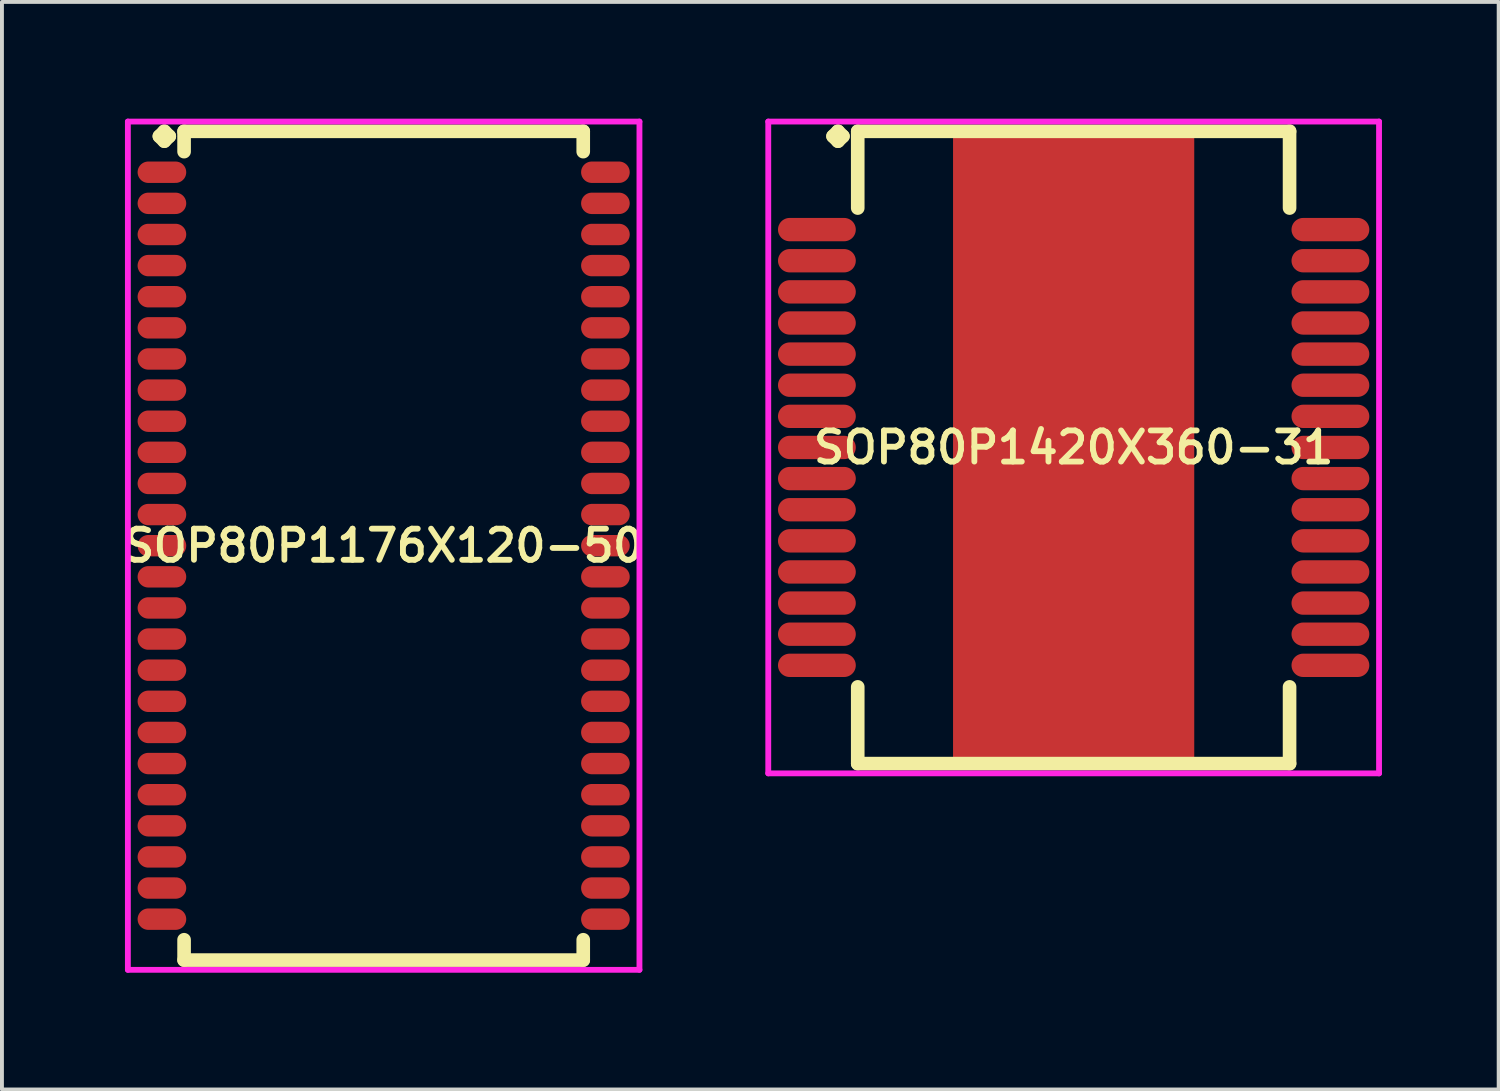
<source format=kicad_pcb>
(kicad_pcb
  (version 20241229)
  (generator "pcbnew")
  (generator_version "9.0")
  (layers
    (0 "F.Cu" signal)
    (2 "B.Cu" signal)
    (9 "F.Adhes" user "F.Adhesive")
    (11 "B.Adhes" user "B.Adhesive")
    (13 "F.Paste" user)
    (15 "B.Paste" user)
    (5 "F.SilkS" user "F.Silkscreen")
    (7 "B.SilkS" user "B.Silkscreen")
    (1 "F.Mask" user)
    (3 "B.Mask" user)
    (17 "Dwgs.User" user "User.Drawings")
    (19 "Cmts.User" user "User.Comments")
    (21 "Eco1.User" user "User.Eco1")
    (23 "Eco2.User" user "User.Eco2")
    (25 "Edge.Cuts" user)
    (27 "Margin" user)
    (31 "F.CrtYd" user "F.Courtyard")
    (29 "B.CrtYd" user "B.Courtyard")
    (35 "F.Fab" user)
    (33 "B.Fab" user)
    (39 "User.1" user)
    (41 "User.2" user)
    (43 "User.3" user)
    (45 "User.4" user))
  (footprint "SOP80P1176X120-50"
    (layer "F.Cu")
    (at 6.812 10.977)
    (property "Reference" "SOP80P1176X120-50" (at 0 0 0) (layer "F.SilkS") (effects (font (size 0.8 0.8) (thickness 0.15))))
    (attr smd)
    (fp_line (start -5.765 -10.525) (end -5.638 -10.652) (stroke (width 0.35) (type solid)) (layer "F.SilkS"))
    (fp_line (start -5.638 -10.652) (end -5.511 -10.525) (stroke (width 0.35) (type solid)) (layer "F.SilkS"))
    (fp_line (start -5.638 -10.398) (end -5.765 -10.525) (stroke (width 0.35) (type solid)) (layer "F.SilkS"))
    (fp_line (start -5.511 -10.525) (end -5.638 -10.398) (stroke (width 0.35) (type solid)) (layer "F.SilkS"))
    (fp_line (start -5.13 -10.652) (end 5.13 -10.652) (stroke (width 0.35) (type solid)) (layer "F.SilkS"))
    (fp_line (start -5.13 -10.129) (end -5.13 -10.652) (stroke (width 0.35) (type solid)) (layer "F.SilkS"))
    (fp_line (start -5.13 10.129) (end -5.13 10.652) (stroke (width 0.35) (type solid)) (layer "F.SilkS"))
    (fp_line (start -5.13 10.652) (end 5.13 10.652) (stroke (width 0.35) (type solid)) (layer "F.SilkS"))
    (fp_line (start 5.13 -10.652) (end 5.13 -10.129) (stroke (width 0.35) (type solid)) (layer "F.SilkS"))
    (fp_line (start 5.13 10.652) (end 5.13 10.129) (stroke (width 0.35) (type solid)) (layer "F.SilkS"))
    (fp_line (start -6.575 -10.902) (end 6.575 -10.902) (stroke (width 0.15) (type solid)) (layer "F.CrtYd"))
    (fp_line (start -6.575 10.902) (end -6.575 -10.902) (stroke (width 0.15) (type solid)) (layer "F.CrtYd"))
    (fp_line (start 6.575 -10.902) (end 6.575 10.902) (stroke (width 0.15) (type solid)) (layer "F.CrtYd"))
    (fp_line (start 6.575 10.902) (end -6.575 10.902) (stroke (width 0.15) (type solid)) (layer "F.CrtYd"))
    (pad "1" smd oval (at -5.7 -9.6) (size 1.25 0.55) (layers "F.Cu" "F.Mask" "F.Paste"))
    (pad "2" smd oval (at -5.7 -8.8) (size 1.25 0.55) (layers "F.Cu" "F.Mask" "F.Paste"))
    (pad "3" smd oval (at -5.7 -8) (size 1.25 0.55) (layers "F.Cu" "F.Mask" "F.Paste"))
    (pad "4" smd oval (at -5.7 -7.2) (size 1.25 0.55) (layers "F.Cu" "F.Mask" "F.Paste"))
    (pad "5" smd oval (at -5.7 -6.4) (size 1.25 0.55) (layers "F.Cu" "F.Mask" "F.Paste"))
    (pad "6" smd oval (at -5.7 -5.6) (size 1.25 0.55) (layers "F.Cu" "F.Mask" "F.Paste"))
    (pad "7" smd oval (at -5.7 -4.8) (size 1.25 0.55) (layers "F.Cu" "F.Mask" "F.Paste"))
    (pad "8" smd oval (at -5.7 -4) (size 1.25 0.55) (layers "F.Cu" "F.Mask" "F.Paste"))
    (pad "9" smd oval (at -5.7 -3.2) (size 1.25 0.55) (layers "F.Cu" "F.Mask" "F.Paste"))
    (pad "10" smd oval (at -5.7 -2.4) (size 1.25 0.55) (layers "F.Cu" "F.Mask" "F.Paste"))
    (pad "11" smd oval (at -5.7 -1.6) (size 1.25 0.55) (layers "F.Cu" "F.Mask" "F.Paste"))
    (pad "12" smd oval (at -5.7 -0.8) (size 1.25 0.55) (layers "F.Cu" "F.Mask" "F.Paste"))
    (pad "13" smd oval (at -5.7 0) (size 1.25 0.55) (layers "F.Cu" "F.Mask" "F.Paste"))
    (pad "14" smd oval (at -5.7 0.8) (size 1.25 0.55) (layers "F.Cu" "F.Mask" "F.Paste"))
    (pad "15" smd oval (at -5.7 1.6) (size 1.25 0.55) (layers "F.Cu" "F.Mask" "F.Paste"))
    (pad "16" smd oval (at -5.7 2.4) (size 1.25 0.55) (layers "F.Cu" "F.Mask" "F.Paste"))
    (pad "17" smd oval (at -5.7 3.2) (size 1.25 0.55) (layers "F.Cu" "F.Mask" "F.Paste"))
    (pad "18" smd oval (at -5.7 4) (size 1.25 0.55) (layers "F.Cu" "F.Mask" "F.Paste"))
    (pad "19" smd oval (at -5.7 4.8) (size 1.25 0.55) (layers "F.Cu" "F.Mask" "F.Paste"))
    (pad "20" smd oval (at -5.7 5.6) (size 1.25 0.55) (layers "F.Cu" "F.Mask" "F.Paste"))
    (pad "21" smd oval (at -5.7 6.4) (size 1.25 0.55) (layers "F.Cu" "F.Mask" "F.Paste"))
    (pad "22" smd oval (at -5.7 7.2) (size 1.25 0.55) (layers "F.Cu" "F.Mask" "F.Paste"))
    (pad "23" smd oval (at -5.7 8) (size 1.25 0.55) (layers "F.Cu" "F.Mask" "F.Paste"))
    (pad "24" smd oval (at -5.7 8.8) (size 1.25 0.55) (layers "F.Cu" "F.Mask" "F.Paste"))
    (pad "25" smd oval (at -5.7 9.6) (size 1.25 0.55) (layers "F.Cu" "F.Mask" "F.Paste"))
    (pad "26" smd oval (at 5.7 9.6) (size 1.25 0.55) (layers "F.Cu" "F.Mask" "F.Paste"))
    (pad "27" smd oval (at 5.7 8.8) (size 1.25 0.55) (layers "F.Cu" "F.Mask" "F.Paste"))
    (pad "28" smd oval (at 5.7 8) (size 1.25 0.55) (layers "F.Cu" "F.Mask" "F.Paste"))
    (pad "29" smd oval (at 5.7 7.2) (size 1.25 0.55) (layers "F.Cu" "F.Mask" "F.Paste"))
    (pad "30" smd oval (at 5.7 6.4) (size 1.25 0.55) (layers "F.Cu" "F.Mask" "F.Paste"))
    (pad "31" smd oval (at 5.7 5.6) (size 1.25 0.55) (layers "F.Cu" "F.Mask" "F.Paste"))
    (pad "32" smd oval (at 5.7 4.8) (size 1.25 0.55) (layers "F.Cu" "F.Mask" "F.Paste"))
    (pad "33" smd oval (at 5.7 4) (size 1.25 0.55) (layers "F.Cu" "F.Mask" "F.Paste"))
    (pad "34" smd oval (at 5.7 3.2) (size 1.25 0.55) (layers "F.Cu" "F.Mask" "F.Paste"))
    (pad "35" smd oval (at 5.7 2.4) (size 1.25 0.55) (layers "F.Cu" "F.Mask" "F.Paste"))
    (pad "36" smd oval (at 5.7 1.6) (size 1.25 0.55) (layers "F.Cu" "F.Mask" "F.Paste"))
    (pad "37" smd oval (at 5.7 0.8) (size 1.25 0.55) (layers "F.Cu" "F.Mask" "F.Paste"))
    (pad "38" smd oval (at 5.7 0) (size 1.25 0.55) (layers "F.Cu" "F.Mask" "F.Paste"))
    (pad "39" smd oval (at 5.7 -0.8) (size 1.25 0.55) (layers "F.Cu" "F.Mask" "F.Paste"))
    (pad "40" smd oval (at 5.7 -1.6) (size 1.25 0.55) (layers "F.Cu" "F.Mask" "F.Paste"))
    (pad "41" smd oval (at 5.7 -2.4) (size 1.25 0.55) (layers "F.Cu" "F.Mask" "F.Paste"))
    (pad "42" smd oval (at 5.7 -3.2) (size 1.25 0.55) (layers "F.Cu" "F.Mask" "F.Paste"))
    (pad "43" smd oval (at 5.7 -4) (size 1.25 0.55) (layers "F.Cu" "F.Mask" "F.Paste"))
    (pad "44" smd oval (at 5.7 -4.8) (size 1.25 0.55) (layers "F.Cu" "F.Mask" "F.Paste"))
    (pad "45" smd oval (at 5.7 -5.6) (size 1.25 0.55) (layers "F.Cu" "F.Mask" "F.Paste"))
    (pad "46" smd oval (at 5.7 -6.4) (size 1.25 0.55) (layers "F.Cu" "F.Mask" "F.Paste"))
    (pad "47" smd oval (at 5.7 -7.2) (size 1.25 0.55) (layers "F.Cu" "F.Mask" "F.Paste"))
    (pad "48" smd oval (at 5.7 -8) (size 1.25 0.55) (layers "F.Cu" "F.Mask" "F.Paste"))
    (pad "49" smd oval (at 5.7 -8.8) (size 1.25 0.55) (layers "F.Cu" "F.Mask" "F.Paste"))
    (pad "50" smd oval (at 5.7 -9.6) (size 1.25 0.55) (layers "F.Cu" "F.Mask" "F.Paste")))
  (footprint "SOP80P1420X360-31"
    (layer "F.Cu")
    (at 24.548 8.452)
    (property "Reference" "SOP80P1420X360-31" (at 0 0 0) (layer "F.SilkS") (effects (font (size 0.8 0.8) (thickness 0.15))))
    (attr smd)
    (fp_line (start -6.185 -8) (end -6.058 -8.127) (stroke (width 0.35) (type solid)) (layer "F.SilkS"))
    (fp_line (start -6.058 -8.127) (end -5.931 -8) (stroke (width 0.35) (type solid)) (layer "F.SilkS"))
    (fp_line (start -6.058 -7.873) (end -6.185 -8) (stroke (width 0.35) (type solid)) (layer "F.SilkS"))
    (fp_line (start -5.931 -8) (end -6.058 -7.873) (stroke (width 0.35) (type solid)) (layer "F.SilkS"))
    (fp_line (start -5.55 -8.127) (end 5.55 -8.127) (stroke (width 0.35) (type solid)) (layer "F.SilkS"))
    (fp_line (start -5.55 -6.154) (end -5.55 -8.127) (stroke (width 0.35) (type solid)) (layer "F.SilkS"))
    (fp_line (start -5.55 6.154) (end -5.55 8.127) (stroke (width 0.35) (type solid)) (layer "F.SilkS"))
    (fp_line (start -5.55 8.127) (end 5.55 8.127) (stroke (width 0.35) (type solid)) (layer "F.SilkS"))
    (fp_line (start 5.55 -8.127) (end 5.55 -6.154) (stroke (width 0.35) (type solid)) (layer "F.SilkS"))
    (fp_line (start 5.55 8.127) (end 5.55 6.154) (stroke (width 0.35) (type solid)) (layer "F.SilkS"))
    (fp_line (start -7.85 -8.377) (end 7.85 -8.377) (stroke (width 0.15) (type solid)) (layer "F.CrtYd"))
    (fp_line (start -7.85 8.377) (end -7.85 -8.377) (stroke (width 0.15) (type solid)) (layer "F.CrtYd"))
    (fp_line (start 7.85 -8.377) (end 7.85 8.377) (stroke (width 0.15) (type solid)) (layer "F.CrtYd"))
    (fp_line (start 7.85 8.377) (end -7.85 8.377) (stroke (width 0.15) (type solid)) (layer "F.CrtYd"))
    (pad "1" smd oval (at -6.6 -5.6) (size 2 0.6) (layers "F.Cu" "F.Mask" "F.Paste"))
    (pad "2" smd oval (at -6.6 -4.8) (size 2 0.6) (layers "F.Cu" "F.Mask" "F.Paste"))
    (pad "3" smd oval (at -6.6 -4) (size 2 0.6) (layers "F.Cu" "F.Mask" "F.Paste"))
    (pad "4" smd oval (at -6.6 -3.2) (size 2 0.6) (layers "F.Cu" "F.Mask" "F.Paste"))
    (pad "5" smd oval (at -6.6 -2.4) (size 2 0.6) (layers "F.Cu" "F.Mask" "F.Paste"))
    (pad "6" smd oval (at -6.6 -1.6) (size 2 0.6) (layers "F.Cu" "F.Mask" "F.Paste"))
    (pad "7" smd oval (at -6.6 -0.8) (size 2 0.6) (layers "F.Cu" "F.Mask" "F.Paste"))
    (pad "8" smd oval (at -6.6 0) (size 2 0.6) (layers "F.Cu" "F.Mask" "F.Paste"))
    (pad "9" smd oval (at -6.6 0.8) (size 2 0.6) (layers "F.Cu" "F.Mask" "F.Paste"))
    (pad "10" smd oval (at -6.6 1.6) (size 2 0.6) (layers "F.Cu" "F.Mask" "F.Paste"))
    (pad "11" smd oval (at -6.6 2.4) (size 2 0.6) (layers "F.Cu" "F.Mask" "F.Paste"))
    (pad "12" smd oval (at -6.6 3.2) (size 2 0.6) (layers "F.Cu" "F.Mask" "F.Paste"))
    (pad "13" smd oval (at -6.6 4) (size 2 0.6) (layers "F.Cu" "F.Mask" "F.Paste"))
    (pad "14" smd oval (at -6.6 4.8) (size 2 0.6) (layers "F.Cu" "F.Mask" "F.Paste"))
    (pad "15" smd oval (at -6.6 5.6) (size 2 0.6) (layers "F.Cu" "F.Mask" "F.Paste"))
    (pad "16" smd oval (at 6.6 5.6) (size 2 0.6) (layers "F.Cu" "F.Mask" "F.Paste"))
    (pad "17" smd oval (at 6.6 4.8) (size 2 0.6) (layers "F.Cu" "F.Mask" "F.Paste"))
    (pad "18" smd oval (at 6.6 4) (size 2 0.6) (layers "F.Cu" "F.Mask" "F.Paste"))
    (pad "19" smd oval (at 6.6 3.2) (size 2 0.6) (layers "F.Cu" "F.Mask" "F.Paste"))
    (pad "20" smd oval (at 6.6 2.4) (size 2 0.6) (layers "F.Cu" "F.Mask" "F.Paste"))
    (pad "21" smd oval (at 6.6 1.6) (size 2 0.6) (layers "F.Cu" "F.Mask" "F.Paste"))
    (pad "22" smd oval (at 6.6 0.8) (size 2 0.6) (layers "F.Cu" "F.Mask" "F.Paste"))
    (pad "23" smd oval (at 6.6 0) (size 2 0.6) (layers "F.Cu" "F.Mask" "F.Paste"))
    (pad "24" smd oval (at 6.6 -0.8) (size 2 0.6) (layers "F.Cu" "F.Mask" "F.Paste"))
    (pad "25" smd oval (at 6.6 -1.6) (size 2 0.6) (layers "F.Cu" "F.Mask" "F.Paste"))
    (pad "26" smd oval (at 6.6 -2.4) (size 2 0.6) (layers "F.Cu" "F.Mask" "F.Paste"))
    (pad "27" smd oval (at 6.6 -3.2) (size 2 0.6) (layers "F.Cu" "F.Mask" "F.Paste"))
    (pad "28" smd oval (at 6.6 -4) (size 2 0.6) (layers "F.Cu" "F.Mask" "F.Paste"))
    (pad "29" smd oval (at 6.6 -4.8) (size 2 0.6) (layers "F.Cu" "F.Mask" "F.Paste"))
    (pad "30" smd oval (at 6.6 -5.6) (size 2 0.6) (layers "F.Cu" "F.Mask" "F.Paste"))
    (pad "31" smd rect (at 0 0) (size 6.2 16) (layers "F.Cu" "F.Mask" "F.Paste")))
  (gr_rect
    (start -3 -3)
    (end 35.473 24.954)
    (stroke (width 0.1) (type default))
    (fill no)
    (layer "Edge.Cuts")))
</source>
